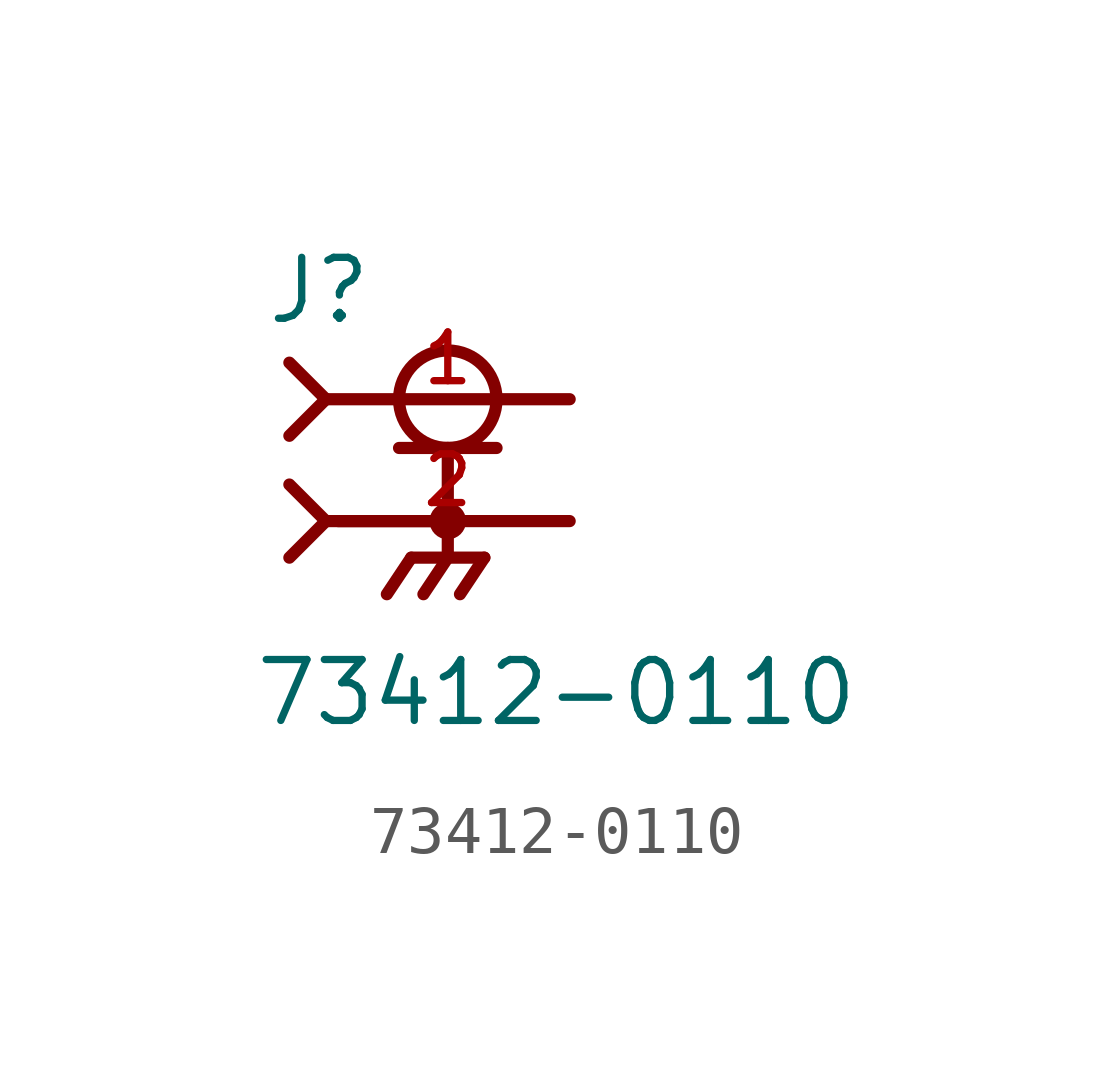
<source format=kicad_sym>
(kicad_symbol_lib
  (version 20211014)
  (generator kicad_symbol_editor)
  (symbol "73412-0110"
    (pin_names
      (offset 1.016))
    (property "Reference" "J"
      (at -3.81 4.064 0)
      (effects (font (size 1.27 1.27)) (justify bottom left)))
    (property "Value" "73412-0110"
      (at -4.064 -4.318 0)
      (effects (font (size 1.27 1.27)) (justify bottom left)))
    (symbol "73412-0110_0_0"
      (circle (center 0.0 2.54) (radius 1.016) (stroke (width 0.254)) (fill (type none)))
      (polyline (pts (xy -1.016 1.524) (xy 0.0 1.524)) (stroke (width 0.254)))
      (polyline (pts (xy 0.0 1.524) (xy 1.016 1.524)) (stroke (width 0.254)))
      (polyline (pts (xy 0.0 0.0) (xy -2.286 0.0)) (stroke (width 0.254)))
      (polyline (pts (xy -3.302 3.302) (xy -2.54 2.54)) (stroke (width 0.254)))
      (polyline (pts (xy -3.302 1.778) (xy -2.54 2.54)) (stroke (width 0.254)))
      (polyline (pts (xy 0.0 1.524) (xy 0.0 0.0)) (stroke (width 0.254)))
      (circle (center 0.0 0.0) (radius 0.254) (stroke (width 0.254)) (fill (type none)))
      (polyline (pts (xy -2.54 2.54) (xy 2.54 2.54)) (stroke (width 0.254)))
      (polyline (pts (xy 2.54 0.0) (xy 0.0 0.0)) (stroke (width 0.254)))
      (polyline (pts (xy 0.0 0.0) (xy 0.0 -0.762)) (stroke (width 0.254)))
      (polyline (pts (xy 0.0 -0.762) (xy -0.762 -0.762)) (stroke (width 0.254)))
      (polyline (pts (xy 0.0 -0.762) (xy 0.762 -0.762)) (stroke (width 0.254)))
      (polyline (pts (xy -0.762 -0.762) (xy -1.27 -1.524)) (stroke (width 0.254)))
      (polyline (pts (xy 0.0 -0.762) (xy -0.508 -1.524)) (stroke (width 0.254)))
      (polyline (pts (xy 0.762 -0.762) (xy 0.254 -1.524)) (stroke (width 0.254)))
      (polyline (pts (xy -3.302 0.762) (xy -2.54 0.0)) (stroke (width 0.254)))
      (polyline (pts (xy -3.302 -0.762) (xy -2.54 0.0)) (stroke (width 0.254)))
      (polyline (pts (xy -2.54 0.0) (xy 0.0 0.0)) (stroke (width 0.254)))
      (pin passive line (at 2.54 2.54 180.0) (length 5.08) (name "~" (effects (font (size 1.016 1.016)))) (number "1" (effects (font (size 1.016 1.016)))))
      (pin power_in line (at 2.54 0.0 180.0) (length 5.08) (name "~" (effects (font (size 1.016 1.016)))) (number "2" (effects (font (size 1.016 1.016))))))))
</source>
